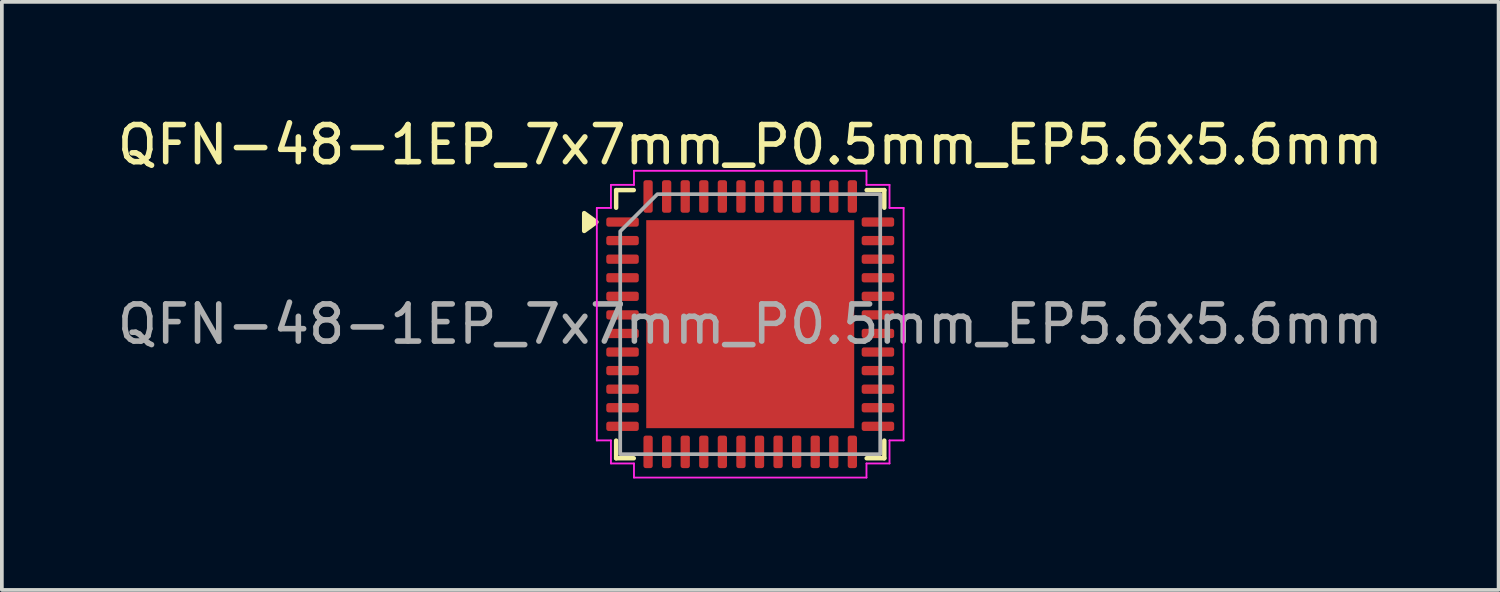
<source format=kicad_pcb>
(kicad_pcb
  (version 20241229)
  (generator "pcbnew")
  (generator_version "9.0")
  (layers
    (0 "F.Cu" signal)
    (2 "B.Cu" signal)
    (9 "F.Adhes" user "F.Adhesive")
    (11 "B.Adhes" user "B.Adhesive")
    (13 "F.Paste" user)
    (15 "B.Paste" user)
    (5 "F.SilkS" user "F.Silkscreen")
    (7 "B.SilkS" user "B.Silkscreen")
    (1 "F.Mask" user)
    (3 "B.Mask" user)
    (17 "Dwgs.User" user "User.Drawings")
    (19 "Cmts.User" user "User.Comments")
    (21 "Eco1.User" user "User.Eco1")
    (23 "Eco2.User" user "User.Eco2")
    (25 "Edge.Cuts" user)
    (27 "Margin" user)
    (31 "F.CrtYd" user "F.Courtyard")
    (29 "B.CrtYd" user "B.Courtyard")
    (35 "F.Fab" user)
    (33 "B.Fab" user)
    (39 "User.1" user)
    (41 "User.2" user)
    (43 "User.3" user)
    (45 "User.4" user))
  (footprint "QFN-48-1EP_7x7mm_P0.5mm_EP5.6x5.6mm"
    (layer "F.Cu")
    (at 17.149 5.678)
    (property "Reference" "QFN-48-1EP_7x7mm_P0.5mm_EP5.6x5.6mm" (at 0 -4.83 0) (layer "F.SilkS") (effects (font (size 1 1) (thickness 0.15))))
    (attr smd)
    (fp_line (start -3.61 -3.61) (end -3.135 -3.61) (stroke (width 0.12) (type solid)) (layer "F.SilkS"))
    (fp_line (start -3.61 -3.135) (end -3.61 -3.61) (stroke (width 0.12) (type solid)) (layer "F.SilkS"))
    (fp_line (start -3.61 3.61) (end -3.61 3.135) (stroke (width 0.12) (type solid)) (layer "F.SilkS"))
    (fp_line (start -3.135 3.61) (end -3.61 3.61) (stroke (width 0.12) (type solid)) (layer "F.SilkS"))
    (fp_line (start 3.135 -3.61) (end 3.61 -3.61) (stroke (width 0.12) (type solid)) (layer "F.SilkS"))
    (fp_line (start 3.61 -3.61) (end 3.61 -3.135) (stroke (width 0.12) (type solid)) (layer "F.SilkS"))
    (fp_line (start 3.61 3.135) (end 3.61 3.61) (stroke (width 0.12) (type solid)) (layer "F.SilkS"))
    (fp_line (start 3.61 3.61) (end 3.135 3.61) (stroke (width 0.12) (type solid)) (layer "F.SilkS"))
    (fp_poly (pts (xy -4.14 -2.75) (xy -4.47 -2.51) (xy -4.47 -2.99)) (stroke (width 0.12) (type solid)) (fill yes) (layer "F.SilkS"))
    (fp_line (start -4.13 -3.13) (end -3.75 -3.13) (stroke (width 0.05) (type solid)) (layer "F.CrtYd"))
    (fp_line (start -4.13 3.13) (end -4.13 -3.13) (stroke (width 0.05) (type solid)) (layer "F.CrtYd"))
    (fp_line (start -3.75 -3.75) (end -3.13 -3.75) (stroke (width 0.05) (type solid)) (layer "F.CrtYd"))
    (fp_line (start -3.75 -3.13) (end -3.75 -3.75) (stroke (width 0.05) (type solid)) (layer "F.CrtYd"))
    (fp_line (start -3.75 3.13) (end -4.13 3.13) (stroke (width 0.05) (type solid)) (layer "F.CrtYd"))
    (fp_line (start -3.75 3.75) (end -3.75 3.13) (stroke (width 0.05) (type solid)) (layer "F.CrtYd"))
    (fp_line (start -3.13 -4.13) (end 3.13 -4.13) (stroke (width 0.05) (type solid)) (layer "F.CrtYd"))
    (fp_line (start -3.13 -3.75) (end -3.13 -4.13) (stroke (width 0.05) (type solid)) (layer "F.CrtYd"))
    (fp_line (start -3.13 3.75) (end -3.75 3.75) (stroke (width 0.05) (type solid)) (layer "F.CrtYd"))
    (fp_line (start -3.13 4.13) (end -3.13 3.75) (stroke (width 0.05) (type solid)) (layer "F.CrtYd"))
    (fp_line (start 3.13 -4.13) (end 3.13 -3.75) (stroke (width 0.05) (type solid)) (layer "F.CrtYd"))
    (fp_line (start 3.13 -3.75) (end 3.75 -3.75) (stroke (width 0.05) (type solid)) (layer "F.CrtYd"))
    (fp_line (start 3.13 3.75) (end 3.13 4.13) (stroke (width 0.05) (type solid)) (layer "F.CrtYd"))
    (fp_line (start 3.13 4.13) (end -3.13 4.13) (stroke (width 0.05) (type solid)) (layer "F.CrtYd"))
    (fp_line (start 3.75 -3.75) (end 3.75 -3.13) (stroke (width 0.05) (type solid)) (layer "F.CrtYd"))
    (fp_line (start 3.75 -3.13) (end 4.13 -3.13) (stroke (width 0.05) (type solid)) (layer "F.CrtYd"))
    (fp_line (start 3.75 3.13) (end 3.75 3.75) (stroke (width 0.05) (type solid)) (layer "F.CrtYd"))
    (fp_line (start 3.75 3.75) (end 3.13 3.75) (stroke (width 0.05) (type solid)) (layer "F.CrtYd"))
    (fp_line (start 4.13 -3.13) (end 4.13 3.13) (stroke (width 0.05) (type solid)) (layer "F.CrtYd"))
    (fp_line (start 4.13 3.13) (end 3.75 3.13) (stroke (width 0.05) (type solid)) (layer "F.CrtYd"))
    (fp_poly (pts (xy -3.5 -2.5) (xy -3.5 3.5) (xy 3.5 3.5) (xy 3.5 -3.5) (xy -2.5 -3.5)) (stroke (width 0.1) (type solid)) (fill no) (layer "F.Fab"))
    (fp_text user "${REFERENCE}" (at 0 0 0) (layer "F.Fab") (effects (font (size 1 1) (thickness 0.15))))
    (pad "" smd roundrect (at -2.1 -2.1) (size 1.13 1.13) (layers "F.Paste") (roundrect_rratio 0.221))
    (pad "" smd roundrect (at -2.1 -0.7) (size 1.13 1.13) (layers "F.Paste") (roundrect_rratio 0.221))
    (pad "" smd roundrect (at -2.1 0.7) (size 1.13 1.13) (layers "F.Paste") (roundrect_rratio 0.221))
    (pad "" smd roundrect (at -2.1 2.1) (size 1.13 1.13) (layers "F.Paste") (roundrect_rratio 0.221))
    (pad "" smd roundrect (at -0.7 -2.1) (size 1.13 1.13) (layers "F.Paste") (roundrect_rratio 0.221))
    (pad "" smd roundrect (at -0.7 -0.7) (size 1.13 1.13) (layers "F.Paste") (roundrect_rratio 0.221))
    (pad "" smd roundrect (at -0.7 0.7) (size 1.13 1.13) (layers "F.Paste") (roundrect_rratio 0.221))
    (pad "" smd roundrect (at -0.7 2.1) (size 1.13 1.13) (layers "F.Paste") (roundrect_rratio 0.221))
    (pad "" smd roundrect (at 0.7 -2.1) (size 1.13 1.13) (layers "F.Paste") (roundrect_rratio 0.221))
    (pad "" smd roundrect (at 0.7 -0.7) (size 1.13 1.13) (layers "F.Paste") (roundrect_rratio 0.221))
    (pad "" smd roundrect (at 0.7 0.7) (size 1.13 1.13) (layers "F.Paste") (roundrect_rratio 0.221))
    (pad "" smd roundrect (at 0.7 2.1) (size 1.13 1.13) (layers "F.Paste") (roundrect_rratio 0.221))
    (pad "" smd roundrect (at 2.1 -2.1) (size 1.13 1.13) (layers "F.Paste") (roundrect_rratio 0.221))
    (pad "" smd roundrect (at 2.1 -0.7) (size 1.13 1.13) (layers "F.Paste") (roundrect_rratio 0.221))
    (pad "" smd roundrect (at 2.1 0.7) (size 1.13 1.13) (layers "F.Paste") (roundrect_rratio 0.221))
    (pad "" smd roundrect (at 2.1 2.1) (size 1.13 1.13) (layers "F.Paste") (roundrect_rratio 0.221))
    (pad "1" smd roundrect (at -3.438 -2.75) (size 0.875 0.25) (layers "F.Cu" "F.Mask" "F.Paste") (roundrect_rratio 0.25))
    (pad "2" smd roundrect (at -3.438 -2.25) (size 0.875 0.25) (layers "F.Cu" "F.Mask" "F.Paste") (roundrect_rratio 0.25))
    (pad "3" smd roundrect (at -3.438 -1.75) (size 0.875 0.25) (layers "F.Cu" "F.Mask" "F.Paste") (roundrect_rratio 0.25))
    (pad "4" smd roundrect (at -3.438 -1.25) (size 0.875 0.25) (layers "F.Cu" "F.Mask" "F.Paste") (roundrect_rratio 0.25))
    (pad "5" smd roundrect (at -3.438 -0.75) (size 0.875 0.25) (layers "F.Cu" "F.Mask" "F.Paste") (roundrect_rratio 0.25))
    (pad "6" smd roundrect (at -3.438 -0.25) (size 0.875 0.25) (layers "F.Cu" "F.Mask" "F.Paste") (roundrect_rratio 0.25))
    (pad "7" smd roundrect (at -3.438 0.25) (size 0.875 0.25) (layers "F.Cu" "F.Mask" "F.Paste") (roundrect_rratio 0.25))
    (pad "8" smd roundrect (at -3.438 0.75) (size 0.875 0.25) (layers "F.Cu" "F.Mask" "F.Paste") (roundrect_rratio 0.25))
    (pad "9" smd roundrect (at -3.438 1.25) (size 0.875 0.25) (layers "F.Cu" "F.Mask" "F.Paste") (roundrect_rratio 0.25))
    (pad "10" smd roundrect (at -3.438 1.75) (size 0.875 0.25) (layers "F.Cu" "F.Mask" "F.Paste") (roundrect_rratio 0.25))
    (pad "11" smd roundrect (at -3.438 2.25) (size 0.875 0.25) (layers "F.Cu" "F.Mask" "F.Paste") (roundrect_rratio 0.25))
    (pad "12" smd roundrect (at -3.438 2.75) (size 0.875 0.25) (layers "F.Cu" "F.Mask" "F.Paste") (roundrect_rratio 0.25))
    (pad "13" smd roundrect (at -2.75 3.438) (size 0.25 0.875) (layers "F.Cu" "F.Mask" "F.Paste") (roundrect_rratio 0.25))
    (pad "14" smd roundrect (at -2.25 3.438) (size 0.25 0.875) (layers "F.Cu" "F.Mask" "F.Paste") (roundrect_rratio 0.25))
    (pad "15" smd roundrect (at -1.75 3.438) (size 0.25 0.875) (layers "F.Cu" "F.Mask" "F.Paste") (roundrect_rratio 0.25))
    (pad "16" smd roundrect (at -1.25 3.438) (size 0.25 0.875) (layers "F.Cu" "F.Mask" "F.Paste") (roundrect_rratio 0.25))
    (pad "17" smd roundrect (at -0.75 3.438) (size 0.25 0.875) (layers "F.Cu" "F.Mask" "F.Paste") (roundrect_rratio 0.25))
    (pad "18" smd roundrect (at -0.25 3.438) (size 0.25 0.875) (layers "F.Cu" "F.Mask" "F.Paste") (roundrect_rratio 0.25))
    (pad "19" smd roundrect (at 0.25 3.438) (size 0.25 0.875) (layers "F.Cu" "F.Mask" "F.Paste") (roundrect_rratio 0.25))
    (pad "20" smd roundrect (at 0.75 3.438) (size 0.25 0.875) (layers "F.Cu" "F.Mask" "F.Paste") (roundrect_rratio 0.25))
    (pad "21" smd roundrect (at 1.25 3.438) (size 0.25 0.875) (layers "F.Cu" "F.Mask" "F.Paste") (roundrect_rratio 0.25))
    (pad "22" smd roundrect (at 1.75 3.438) (size 0.25 0.875) (layers "F.Cu" "F.Mask" "F.Paste") (roundrect_rratio 0.25))
    (pad "23" smd roundrect (at 2.25 3.438) (size 0.25 0.875) (layers "F.Cu" "F.Mask" "F.Paste") (roundrect_rratio 0.25))
    (pad "24" smd roundrect (at 2.75 3.438) (size 0.25 0.875) (layers "F.Cu" "F.Mask" "F.Paste") (roundrect_rratio 0.25))
    (pad "25" smd roundrect (at 3.438 2.75) (size 0.875 0.25) (layers "F.Cu" "F.Mask" "F.Paste") (roundrect_rratio 0.25))
    (pad "26" smd roundrect (at 3.438 2.25) (size 0.875 0.25) (layers "F.Cu" "F.Mask" "F.Paste") (roundrect_rratio 0.25))
    (pad "27" smd roundrect (at 3.438 1.75) (size 0.875 0.25) (layers "F.Cu" "F.Mask" "F.Paste") (roundrect_rratio 0.25))
    (pad "28" smd roundrect (at 3.438 1.25) (size 0.875 0.25) (layers "F.Cu" "F.Mask" "F.Paste") (roundrect_rratio 0.25))
    (pad "29" smd roundrect (at 3.438 0.75) (size 0.875 0.25) (layers "F.Cu" "F.Mask" "F.Paste") (roundrect_rratio 0.25))
    (pad "30" smd roundrect (at 3.438 0.25) (size 0.875 0.25) (layers "F.Cu" "F.Mask" "F.Paste") (roundrect_rratio 0.25))
    (pad "31" smd roundrect (at 3.438 -0.25) (size 0.875 0.25) (layers "F.Cu" "F.Mask" "F.Paste") (roundrect_rratio 0.25))
    (pad "32" smd roundrect (at 3.438 -0.75) (size 0.875 0.25) (layers "F.Cu" "F.Mask" "F.Paste") (roundrect_rratio 0.25))
    (pad "33" smd roundrect (at 3.438 -1.25) (size 0.875 0.25) (layers "F.Cu" "F.Mask" "F.Paste") (roundrect_rratio 0.25))
    (pad "34" smd roundrect (at 3.438 -1.75) (size 0.875 0.25) (layers "F.Cu" "F.Mask" "F.Paste") (roundrect_rratio 0.25))
    (pad "35" smd roundrect (at 3.438 -2.25) (size 0.875 0.25) (layers "F.Cu" "F.Mask" "F.Paste") (roundrect_rratio 0.25))
    (pad "36" smd roundrect (at 3.438 -2.75) (size 0.875 0.25) (layers "F.Cu" "F.Mask" "F.Paste") (roundrect_rratio 0.25))
    (pad "37" smd roundrect (at 2.75 -3.438) (size 0.25 0.875) (layers "F.Cu" "F.Mask" "F.Paste") (roundrect_rratio 0.25))
    (pad "38" smd roundrect (at 2.25 -3.438) (size 0.25 0.875) (layers "F.Cu" "F.Mask" "F.Paste") (roundrect_rratio 0.25))
    (pad "39" smd roundrect (at 1.75 -3.438) (size 0.25 0.875) (layers "F.Cu" "F.Mask" "F.Paste") (roundrect_rratio 0.25))
    (pad "40" smd roundrect (at 1.25 -3.438) (size 0.25 0.875) (layers "F.Cu" "F.Mask" "F.Paste") (roundrect_rratio 0.25))
    (pad "41" smd roundrect (at 0.75 -3.438) (size 0.25 0.875) (layers "F.Cu" "F.Mask" "F.Paste") (roundrect_rratio 0.25))
    (pad "42" smd roundrect (at 0.25 -3.438) (size 0.25 0.875) (layers "F.Cu" "F.Mask" "F.Paste") (roundrect_rratio 0.25))
    (pad "43" smd roundrect (at -0.25 -3.438) (size 0.25 0.875) (layers "F.Cu" "F.Mask" "F.Paste") (roundrect_rratio 0.25))
    (pad "44" smd roundrect (at -0.75 -3.438) (size 0.25 0.875) (layers "F.Cu" "F.Mask" "F.Paste") (roundrect_rratio 0.25))
    (pad "45" smd roundrect (at -1.25 -3.438) (size 0.25 0.875) (layers "F.Cu" "F.Mask" "F.Paste") (roundrect_rratio 0.25))
    (pad "46" smd roundrect (at -1.75 -3.438) (size 0.25 0.875) (layers "F.Cu" "F.Mask" "F.Paste") (roundrect_rratio 0.25))
    (pad "47" smd roundrect (at -2.25 -3.438) (size 0.25 0.875) (layers "F.Cu" "F.Mask" "F.Paste") (roundrect_rratio 0.25))
    (pad "48" smd roundrect (at -2.75 -3.438) (size 0.25 0.875) (layers "F.Cu" "F.Mask" "F.Paste") (roundrect_rratio 0.25))
    (pad "49" smd rect (at 0 0) (size 5.6 5.6) (property pad_prop_heatsink) (layers "F.Cu" "F.Mask")))
  (gr_rect
    (start -3 -3)
    (end 37.298 12.833)
    (stroke (width 0.1) (type default))
    (fill no)
    (layer "Edge.Cuts")))
</source>
